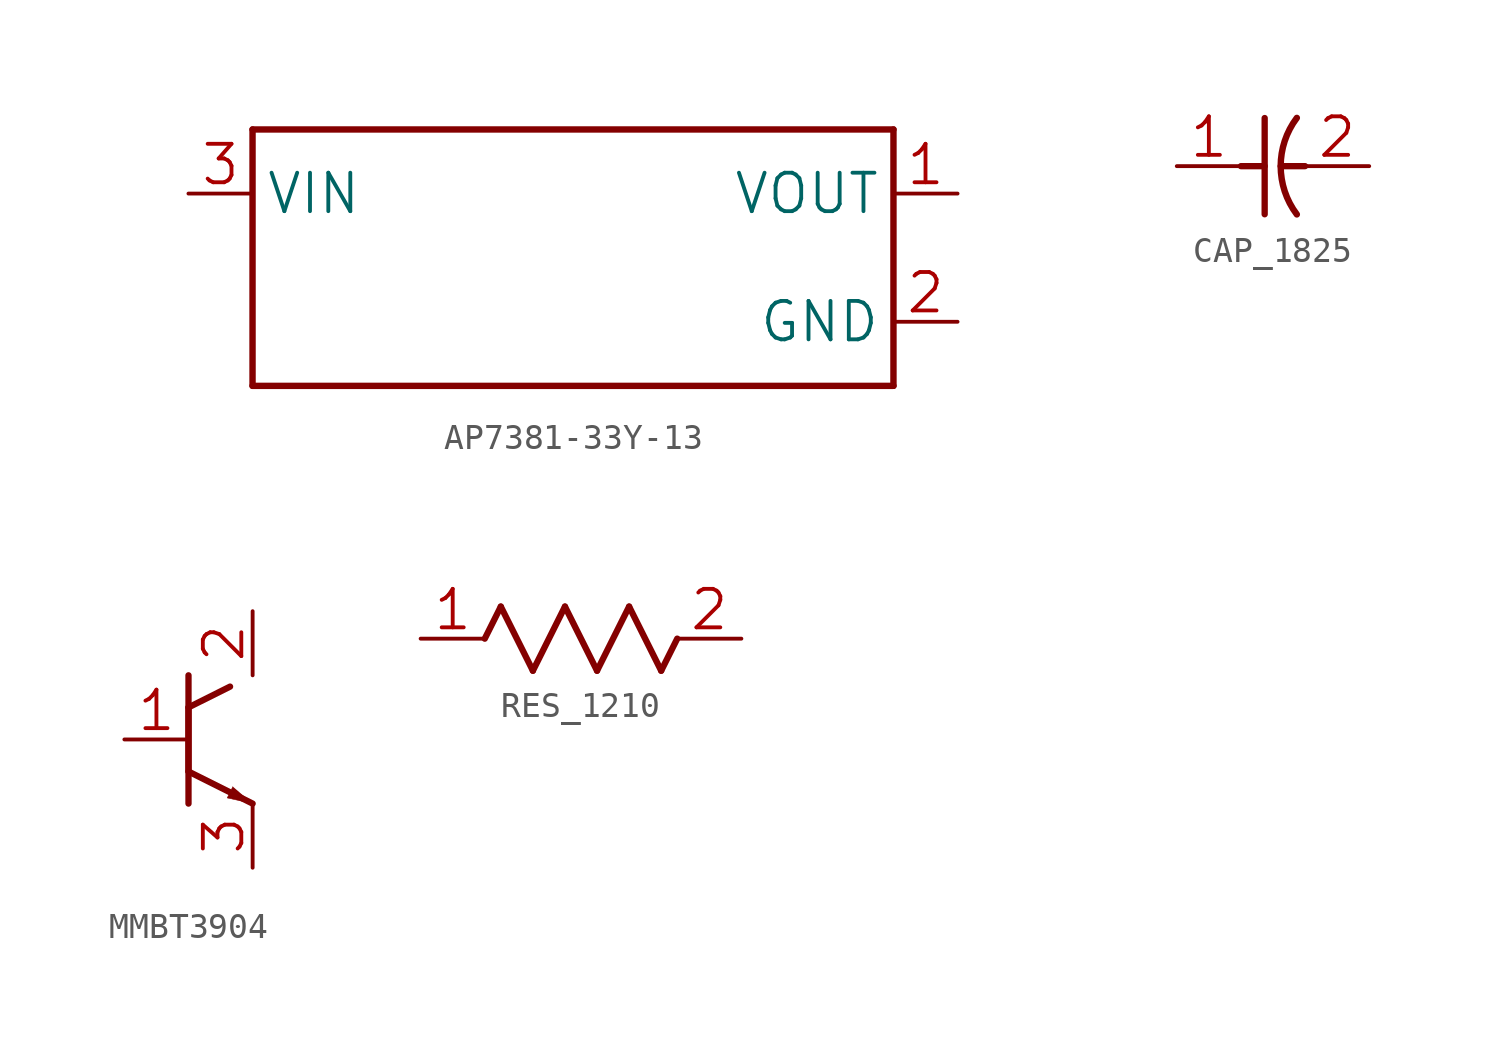
<source format=kicad_sym>
(kicad_symbol_lib
  (version 20241209)
  (generator "kicad_symbol_editor")
  (generator_version "9.0")
  (symbol "AP7381-33Y-13"
    (property "Reference" "U"
      (at 0 0 0)
      (effects (font (size 1.27 1.27)) (hide yes)))
    (property "ki_locked" ""
      (at 0 0 0)
      (effects (font (size 1.27 1.27))))
    (symbol "AP7381-33Y-13_1_0"
      (polyline (pts (xy -12.7 5.08) (xy 12.7 5.08)) (stroke (width 0.254) (type solid)) (fill (type none)))
      (polyline (pts (xy -12.7 -5.08) (xy -12.7 5.08)) (stroke (width 0.254) (type solid)) (fill (type none)))
      (polyline (pts (xy 12.7 5.08) (xy 12.7 -5.08)) (stroke (width 0.254) (type solid)) (fill (type none)))
      (polyline (pts (xy 12.7 -5.08) (xy -12.7 -5.08)) (stroke (width 0.254) (type solid)) (fill (type none)))
      (pin input line (at -15.24 2.54 0) (length 2.54) (name "VIN" (effects (font (size 1.524 1.524)))) (number "3" (effects (font (size 1.524 1.524)))))
      (pin output line (at 15.24 2.54 180) (length 2.54) (name "VOUT" (effects (font (size 1.524 1.524)))) (number "1" (effects (font (size 1.524 1.524)))))
      (pin power_in line (at 15.24 -2.54 180) (length 2.54) (name "GND" (effects (font (size 1.524 1.524)))) (number "2" (effects (font (size 1.524 1.524)))))))
  (symbol "CAP_1825"
    (property "Reference" "C"
      (at 0 0 0)
      (effects (font (size 1.27 1.27)) (hide yes)))
    (property "ki_locked" ""
      (at 0 0 0)
      (effects (font (size 1.27 1.27))))
    (symbol "CAP_1825_1_0"
      (polyline (pts (xy -1.27 0) (xy -0.33 0)) (stroke (width 0.25) (type solid)) (fill (type none)))
      (polyline (pts (xy -0.33 -1.905) (xy -0.33 1.905)) (stroke (width 0.25) (type solid)) (fill (type none)))
      (polyline (pts (xy 0.305 0) (xy 1.27 0)) (stroke (width 0.25) (type solid)) (fill (type none)))
      (arc (start 0.9439 -1.9109) (mid 0.3044 0.0001) (end 0.944 1.911) (stroke (width 0.254) (type solid)) (fill (type none)))
      (pin passive line (at -3.81 0 0) (length 2.54) (name "1" (effects (font (size 0 0)))) (number "1" (effects (font (size 1.524 1.524)))))
      (pin passive line (at 3.81 0 180) (length 2.54) (name "2" (effects (font (size 0 0)))) (number "2" (effects (font (size 1.524 1.524)))))))
  (symbol "MMBT3904"
    (property "Reference" "Q"
      (at 0 0 0)
      (effects (font (size 1.27 1.27)) (hide yes)))
    (property "ki_locked" ""
      (at 0 0 0)
      (effects (font (size 1.27 1.27))))
    (symbol "MMBT3904_1_0"
      (polyline (pts (xy -1.27 1.27) (xy 0.376 2.093)) (stroke (width 0.25) (type solid)) (fill (type none)))
      (polyline (pts (xy -1.27 -1.27) (xy -1.27 1.27)) (stroke (width 0.25) (type solid)) (fill (type none)))
      (polyline (pts (xy -1.27 -1.27) (xy 1.27 -2.54)) (stroke (width 0.25) (type solid)) (fill (type none)))
      (polyline (pts (xy -1.27 -2.54) (xy -1.27 2.54)) (stroke (width 0.25) (type solid)) (fill (type none)))
      (polyline (pts (xy 1.27 -2.54) (xy 0.264 -2.316) (xy 0.487 -1.869)) (stroke (width 0.002) (type solid)) (fill (type outline)))
      (pin passive line (at -3.81 0 0) (length 2.54) (name "(B)" (effects (font (size 0 0)))) (number "1" (effects (font (size 1.524 1.524)))))
      (pin passive line (at 1.27 5.08 270) (length 2.54) (name "(E)" (effects (font (size 0 0)))) (number "2" (effects (font (size 1.524 1.524)))))
      (pin passive line (at 1.27 -5.08 90) (length 2.54) (name "(C)" (effects (font (size 0 0)))) (number "3" (effects (font (size 1.524 1.524)))))))
  (symbol "RES_1210"
    (property "Reference" "R"
      (at 0 0 0)
      (effects (font (size 1.27 1.27)) (hide yes)))
    (property "ki_locked" ""
      (at 0 0 0)
      (effects (font (size 1.27 1.27))))
    (symbol "RES_1210_1_0"
      (polyline (pts (xy -3.81 0) (xy -3.175 1.27)) (stroke (width 0.25) (type solid)) (fill (type none)))
      (polyline (pts (xy -3.175 1.27) (xy -1.905 -1.27)) (stroke (width 0.25) (type solid)) (fill (type none)))
      (polyline (pts (xy -1.905 -1.27) (xy -0.635 1.27)) (stroke (width 0.25) (type solid)) (fill (type none)))
      (polyline (pts (xy -0.635 1.27) (xy 0.635 -1.27)) (stroke (width 0.25) (type solid)) (fill (type none)))
      (polyline (pts (xy 0.635 -1.27) (xy 1.905 1.27)) (stroke (width 0.25) (type solid)) (fill (type none)))
      (polyline (pts (xy 1.905 1.27) (xy 3.175 -1.27)) (stroke (width 0.25) (type solid)) (fill (type none)))
      (polyline (pts (xy 3.175 -1.27) (xy 3.81 0)) (stroke (width 0.25) (type solid)) (fill (type none)))
      (pin passive line (at -6.35 0 0) (length 2.54) (name "1" (effects (font (size 0 0)))) (number "1" (effects (font (size 1.524 1.524)))))
      (pin passive line (at 6.35 0 180) (length 2.54) (name "2" (effects (font (size 0 0)))) (number "2" (effects (font (size 1.524 1.524))))))))
</source>
